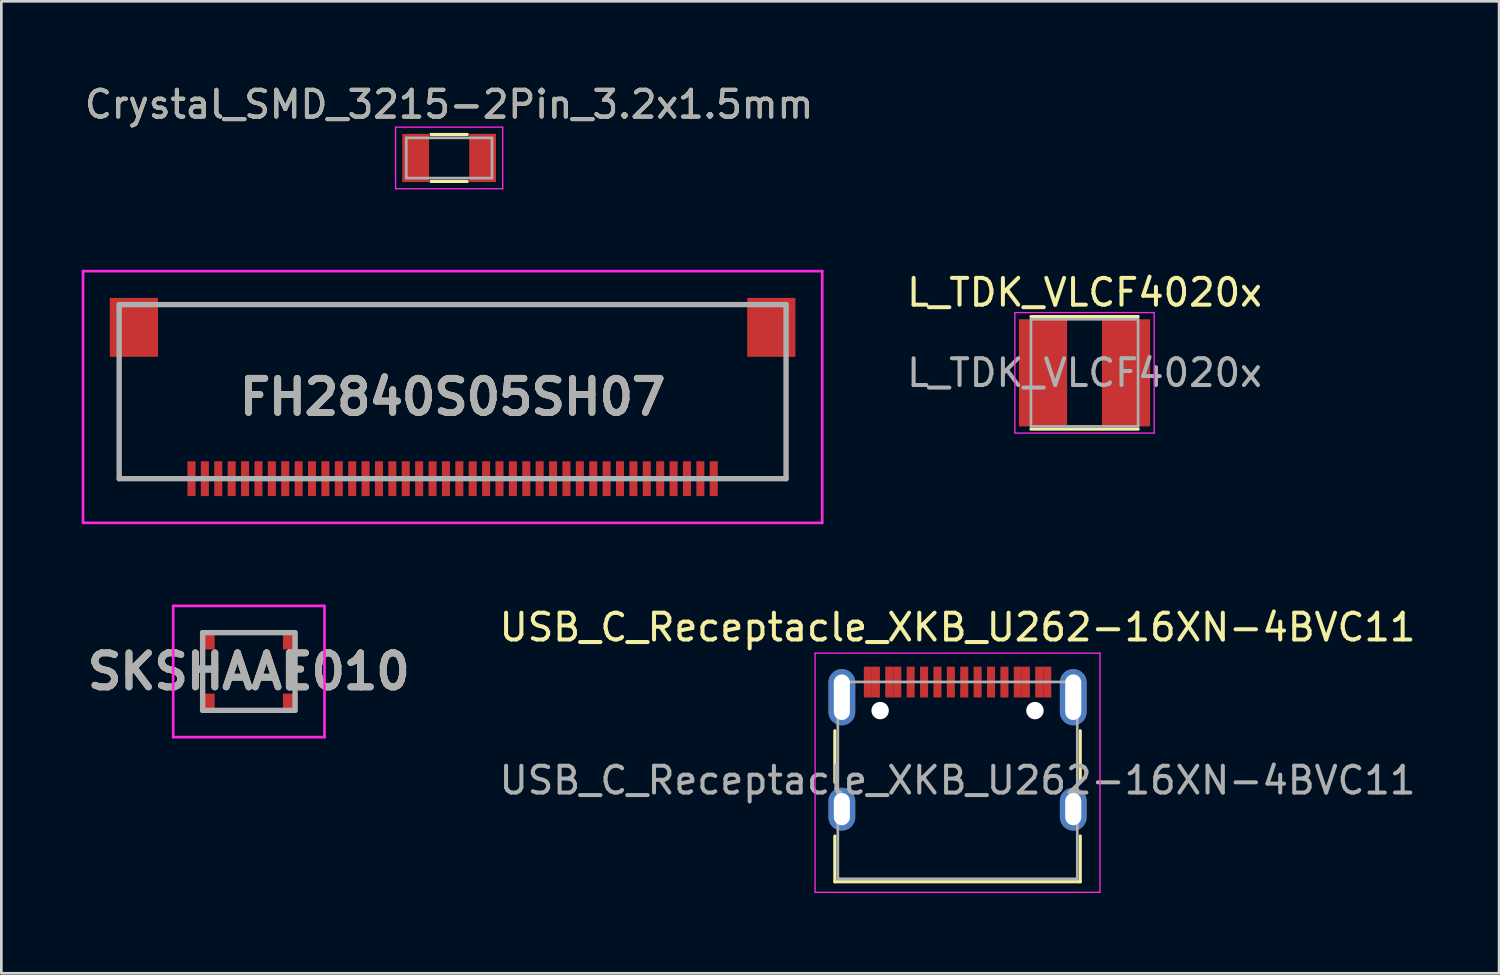
<source format=kicad_pcb>
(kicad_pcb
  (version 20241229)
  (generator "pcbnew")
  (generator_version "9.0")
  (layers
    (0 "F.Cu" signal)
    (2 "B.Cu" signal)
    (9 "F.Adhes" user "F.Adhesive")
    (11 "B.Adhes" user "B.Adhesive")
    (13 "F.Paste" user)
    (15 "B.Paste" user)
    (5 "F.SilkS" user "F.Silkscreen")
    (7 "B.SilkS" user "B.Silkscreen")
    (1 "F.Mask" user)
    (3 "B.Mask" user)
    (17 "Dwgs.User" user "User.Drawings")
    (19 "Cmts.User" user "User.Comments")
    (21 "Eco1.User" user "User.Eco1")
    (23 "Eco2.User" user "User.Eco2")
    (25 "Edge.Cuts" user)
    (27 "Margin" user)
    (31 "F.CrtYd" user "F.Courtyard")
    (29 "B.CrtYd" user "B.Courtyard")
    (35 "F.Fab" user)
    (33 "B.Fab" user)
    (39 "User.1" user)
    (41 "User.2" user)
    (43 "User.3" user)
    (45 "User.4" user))
  (footprint "FH2840S05SH07"
    (layer "F.Cu")
    (at 13.85 11.573)
    (property "Reference" "FH2840S05SH07" (at 0 0.2 0) (layer "F.SilkS") (effects (font (size 1.27 1.27) (thickness 0.254))))
    (attr smd)
    (fp_line (start -10.25 -3.25) (end 9.75 -3.25) (stroke (width 0.1) (type solid)) (layer "F.SilkS"))
    (fp_line (start -13.8 -4.5) (end 13.8 -4.5) (stroke (width 0.1) (type solid)) (layer "F.CrtYd"))
    (fp_line (start -13.8 4.9) (end -13.8 -4.5) (stroke (width 0.1) (type solid)) (layer "F.CrtYd"))
    (fp_line (start 13.8 -4.5) (end 13.8 4.9) (stroke (width 0.1) (type solid)) (layer "F.CrtYd"))
    (fp_line (start 13.8 4.9) (end -13.8 4.9) (stroke (width 0.1) (type solid)) (layer "F.CrtYd"))
    (fp_line (start -12.45 -3.25) (end 12.45 -3.25) (stroke (width 0.2) (type solid)) (layer "F.Fab"))
    (fp_line (start -12.45 3.25) (end -12.45 -3.25) (stroke (width 0.2) (type solid)) (layer "F.Fab"))
    (fp_line (start 12.45 -3.25) (end 12.45 3.25) (stroke (width 0.2) (type solid)) (layer "F.Fab"))
    (fp_line (start 12.45 3.25) (end -12.45 3.25) (stroke (width 0.2) (type solid)) (layer "F.Fab"))
    (fp_text user "${REFERENCE}" (at 0 0.2 0) (layer "F.Fab") (effects (font (size 1.27 1.27) (thickness 0.254))))
    (pad "1" smd rect (at 9.75 3.25) (size 0.3 1.3) (layers "F.Cu" "F.Mask" "F.Paste"))
    (pad "2" smd rect (at 9.25 3.25) (size 0.3 1.3) (layers "F.Cu" "F.Mask" "F.Paste"))
    (pad "3" smd rect (at 8.75 3.25) (size 0.3 1.3) (layers "F.Cu" "F.Mask" "F.Paste"))
    (pad "4" smd rect (at 8.25 3.25) (size 0.3 1.3) (layers "F.Cu" "F.Mask" "F.Paste"))
    (pad "5" smd rect (at 7.75 3.25) (size 0.3 1.3) (layers "F.Cu" "F.Mask" "F.Paste"))
    (pad "6" smd rect (at 7.25 3.25) (size 0.3 1.3) (layers "F.Cu" "F.Mask" "F.Paste"))
    (pad "7" smd rect (at 6.75 3.25) (size 0.3 1.3) (layers "F.Cu" "F.Mask" "F.Paste"))
    (pad "8" smd rect (at 6.25 3.25) (size 0.3 1.3) (layers "F.Cu" "F.Mask" "F.Paste"))
    (pad "9" smd rect (at 5.75 3.25) (size 0.3 1.3) (layers "F.Cu" "F.Mask" "F.Paste"))
    (pad "10" smd rect (at 5.25 3.25) (size 0.3 1.3) (layers "F.Cu" "F.Mask" "F.Paste"))
    (pad "11" smd rect (at 4.75 3.25) (size 0.3 1.3) (layers "F.Cu" "F.Mask" "F.Paste"))
    (pad "12" smd rect (at 4.25 3.25) (size 0.3 1.3) (layers "F.Cu" "F.Mask" "F.Paste"))
    (pad "13" smd rect (at 3.75 3.25) (size 0.3 1.3) (layers "F.Cu" "F.Mask" "F.Paste"))
    (pad "14" smd rect (at 3.25 3.25) (size 0.3 1.3) (layers "F.Cu" "F.Mask" "F.Paste"))
    (pad "15" smd rect (at 2.75 3.25) (size 0.3 1.3) (layers "F.Cu" "F.Mask" "F.Paste"))
    (pad "16" smd rect (at 2.25 3.25) (size 0.3 1.3) (layers "F.Cu" "F.Mask" "F.Paste"))
    (pad "17" smd rect (at 1.75 3.25) (size 0.3 1.3) (layers "F.Cu" "F.Mask" "F.Paste"))
    (pad "18" smd rect (at 1.25 3.25) (size 0.3 1.3) (layers "F.Cu" "F.Mask" "F.Paste"))
    (pad "19" smd rect (at 0.75 3.25) (size 0.3 1.3) (layers "F.Cu" "F.Mask" "F.Paste"))
    (pad "20" smd rect (at 0.25 3.25) (size 0.3 1.3) (layers "F.Cu" "F.Mask" "F.Paste"))
    (pad "21" smd rect (at -0.25 3.25) (size 0.3 1.3) (layers "F.Cu" "F.Mask" "F.Paste"))
    (pad "22" smd rect (at -0.75 3.25) (size 0.3 1.3) (layers "F.Cu" "F.Mask" "F.Paste"))
    (pad "23" smd rect (at -1.25 3.25) (size 0.3 1.3) (layers "F.Cu" "F.Mask" "F.Paste"))
    (pad "24" smd rect (at -1.75 3.25) (size 0.3 1.3) (layers "F.Cu" "F.Mask" "F.Paste"))
    (pad "25" smd rect (at -2.25 3.25) (size 0.3 1.3) (layers "F.Cu" "F.Mask" "F.Paste"))
    (pad "26" smd rect (at -2.75 3.25) (size 0.3 1.3) (layers "F.Cu" "F.Mask" "F.Paste"))
    (pad "27" smd rect (at -3.25 3.25) (size 0.3 1.3) (layers "F.Cu" "F.Mask" "F.Paste"))
    (pad "28" smd rect (at -3.75 3.25) (size 0.3 1.3) (layers "F.Cu" "F.Mask" "F.Paste"))
    (pad "29" smd rect (at -4.25 3.25) (size 0.3 1.3) (layers "F.Cu" "F.Mask" "F.Paste"))
    (pad "30" smd rect (at -4.75 3.25) (size 0.3 1.3) (layers "F.Cu" "F.Mask" "F.Paste"))
    (pad "31" smd rect (at -5.25 3.25) (size 0.3 1.3) (layers "F.Cu" "F.Mask" "F.Paste"))
    (pad "32" smd rect (at -5.75 3.25) (size 0.3 1.3) (layers "F.Cu" "F.Mask" "F.Paste"))
    (pad "33" smd rect (at -6.25 3.25) (size 0.3 1.3) (layers "F.Cu" "F.Mask" "F.Paste"))
    (pad "34" smd rect (at -6.75 3.25) (size 0.3 1.3) (layers "F.Cu" "F.Mask" "F.Paste"))
    (pad "35" smd rect (at -7.25 3.25) (size 0.3 1.3) (layers "F.Cu" "F.Mask" "F.Paste"))
    (pad "36" smd rect (at -7.75 3.25) (size 0.3 1.3) (layers "F.Cu" "F.Mask" "F.Paste"))
    (pad "37" smd rect (at -8.25 3.25) (size 0.3 1.3) (layers "F.Cu" "F.Mask" "F.Paste"))
    (pad "38" smd rect (at -8.75 3.25) (size 0.3 1.3) (layers "F.Cu" "F.Mask" "F.Paste"))
    (pad "39" smd rect (at -9.25 3.25) (size 0.3 1.3) (layers "F.Cu" "F.Mask" "F.Paste"))
    (pad "40" smd rect (at -9.75 3.25) (size 0.3 1.3) (layers "F.Cu" "F.Mask" "F.Paste"))
    (pad "MP1" smd rect (at -11.9 -2.4) (size 1.8 2.2) (layers "F.Cu" "F.Mask" "F.Paste"))
    (pad "MP2" smd rect (at 11.9 -2.4) (size 1.8 2.2) (layers "F.Cu" "F.Mask" "F.Paste")))
  (footprint "Crystal_SMD_3215-2Pin_3.2x1.5mm"
    (layer "F.Cu")
    (at 13.72 2.848)
    (property "Reference" "Crystal_SMD_3215-2Pin_3.2x1.5mm" (at 0 -2 0) (layer "F.SilkS") (effects (font (size 1 1) (thickness 0.15))))
    (attr smd)
    (fp_line (start -0.675 -0.875) (end 0.675 -0.875) (stroke (width 0.12) (type solid)) (layer "F.SilkS"))
    (fp_line (start -0.675 0.875) (end 0.675 0.875) (stroke (width 0.12) (type solid)) (layer "F.SilkS"))
    (fp_line (start -2 -1.15) (end -2 1.15) (stroke (width 0.05) (type solid)) (layer "F.CrtYd"))
    (fp_line (start -2 -1.15) (end 2 -1.15) (stroke (width 0.05) (type solid)) (layer "F.CrtYd"))
    (fp_line (start -2 1.15) (end 2 1.15) (stroke (width 0.05) (type solid)) (layer "F.CrtYd"))
    (fp_line (start 2 -1.15) (end 2 1.15) (stroke (width 0.05) (type solid)) (layer "F.CrtYd"))
    (fp_line (start -1.6 -0.75) (end -1.6 0.75) (stroke (width 0.1) (type solid)) (layer "F.Fab"))
    (fp_line (start -1.6 -0.75) (end 1.6 -0.75) (stroke (width 0.1) (type solid)) (layer "F.Fab"))
    (fp_line (start -1.6 0.75) (end 1.6 0.75) (stroke (width 0.1) (type solid)) (layer "F.Fab"))
    (fp_line (start 1.6 -0.75) (end 1.6 0.75) (stroke (width 0.1) (type solid)) (layer "F.Fab"))
    (fp_text user "${REFERENCE}" (at 0 -2 0) (layer "F.Fab") (effects (font (size 1 1) (thickness 0.15))))
    (pad "1" smd rect (at 1.25 0) (size 1 1.8) (layers "F.Cu" "F.Mask" "F.Paste"))
    (pad "2" smd rect (at -1.25 0) (size 1 1.8) (layers "F.Cu" "F.Mask" "F.Paste")))
  (footprint "L_TDK_VLCF4020x"
    (layer "F.Cu")
    (at 37.444 10.871)
    (property "Reference" "L_TDK_VLCF4020x" (at 0 -3 0) (layer "F.SilkS") (effects (font (size 1 1) (thickness 0.15))))
    (attr smd)
    (fp_line (start -2 -2.1) (end 2 -2.1) (stroke (width 0.12) (type solid)) (layer "F.SilkS"))
    (fp_line (start -2 2.1) (end 2 2.1) (stroke (width 0.12) (type solid)) (layer "F.SilkS"))
    (fp_line (start -2.6 -2.25) (end -2.6 2.25) (stroke (width 0.05) (type solid)) (layer "F.CrtYd"))
    (fp_line (start -2.6 2.25) (end 2.6 2.25) (stroke (width 0.05) (type solid)) (layer "F.CrtYd"))
    (fp_line (start 2.6 -2.25) (end -2.6 -2.25) (stroke (width 0.05) (type solid)) (layer "F.CrtYd"))
    (fp_line (start 2.6 2.25) (end 2.6 -2.25) (stroke (width 0.05) (type solid)) (layer "F.CrtYd"))
    (fp_line (start -2 -2) (end -2 2) (stroke (width 0.1) (type solid)) (layer "F.Fab"))
    (fp_line (start -2 2) (end 2 2) (stroke (width 0.1) (type solid)) (layer "F.Fab"))
    (fp_line (start 2 -2) (end -2 -2) (stroke (width 0.1) (type solid)) (layer "F.Fab"))
    (fp_line (start 2 2) (end 2 -2) (stroke (width 0.1) (type solid)) (layer "F.Fab"))
    (fp_text user "${REFERENCE}" (at 0 0 0) (layer "F.Fab") (effects (font (size 1 1) (thickness 0.15))))
    (pad "1" smd rect (at -1.55 0) (size 1.8 4) (layers "F.Cu" "F.Mask" "F.Paste"))
    (pad "2" smd rect (at 1.55 0) (size 1.8 4) (layers "F.Cu" "F.Mask" "F.Paste")))
  (footprint "SKSHAAE010"
    (layer "F.Cu")
    (at 6.241 22.023)
    (property "Reference" "SKSHAAE010" (at 0 0 0) (layer "F.SilkS") (effects (font (size 1.27 1.27) (thickness 0.254))))
    (attr smd)
    (fp_line (start -1.725 -1.45) (end 1.725 -1.45) (stroke (width 0.1) (type solid)) (layer "F.SilkS"))
    (fp_line (start -1.725 -0.5) (end -1.725 0.5) (stroke (width 0.1) (type solid)) (layer "F.SilkS"))
    (fp_line (start -1.725 1.45) (end 1.725 1.45) (stroke (width 0.1) (type solid)) (layer "F.SilkS"))
    (fp_line (start 1.725 -0.5) (end 1.725 0.5) (stroke (width 0.1) (type solid)) (layer "F.SilkS"))
    (fp_line (start -2.825 -2.45) (end 2.825 -2.45) (stroke (width 0.1) (type solid)) (layer "F.CrtYd"))
    (fp_line (start -2.825 2.45) (end -2.825 -2.45) (stroke (width 0.1) (type solid)) (layer "F.CrtYd"))
    (fp_line (start 2.825 -2.45) (end 2.825 2.45) (stroke (width 0.1) (type solid)) (layer "F.CrtYd"))
    (fp_line (start 2.825 2.45) (end -2.825 2.45) (stroke (width 0.1) (type solid)) (layer "F.CrtYd"))
    (fp_line (start -1.725 -1.45) (end 1.725 -1.45) (stroke (width 0.2) (type solid)) (layer "F.Fab"))
    (fp_line (start -1.725 1.45) (end -1.725 -1.45) (stroke (width 0.2) (type solid)) (layer "F.Fab"))
    (fp_line (start 1.725 -1.45) (end 1.725 1.45) (stroke (width 0.2) (type solid)) (layer "F.Fab"))
    (fp_line (start 1.725 1.45) (end -1.725 1.45) (stroke (width 0.2) (type solid)) (layer "F.Fab"))
    (fp_text user "${REFERENCE}" (at 0 0 0) (layer "F.Fab") (effects (font (size 1.27 1.27) (thickness 0.254))))
    (pad "1" smd rect (at -1.55 -1.1 90) (size 0.55 0.55) (layers "F.Cu" "F.Mask" "F.Paste"))
    (pad "2" smd rect (at -1.55 1.1 90) (size 0.55 0.55) (layers "F.Cu" "F.Mask" "F.Paste"))
    (pad "3" smd rect (at 1.55 1.1 90) (size 0.55 0.55) (layers "F.Cu" "F.Mask" "F.Paste"))
    (pad "4" smd rect (at 1.55 -1.1 90) (size 0.55 0.55) (layers "F.Cu" "F.Mask" "F.Paste")))
  (footprint "USB_C_Receptacle_XKB_U262-16XN-4BVC11"
    (layer "F.Cu")
    (at 32.703 26.087)
    (property "Reference" "USB_C_Receptacle_XKB_U262-16XN-4BVC11" (at 0 -5.715 0) (layer "F.SilkS") (effects (font (size 1 1) (thickness 0.15))))
    (attr smd)
    (fp_line (start -4.58 -1.85) (end -4.58 0.07) (stroke (width 0.12) (type solid)) (layer "F.SilkS"))
    (fp_line (start -4.58 3.785) (end -4.58 2.08) (stroke (width 0.12) (type solid)) (layer "F.SilkS"))
    (fp_line (start 4.58 0.07) (end 4.58 -1.85) (stroke (width 0.12) (type solid)) (layer "F.SilkS"))
    (fp_line (start 4.58 2.08) (end 4.58 3.785) (stroke (width 0.12) (type solid)) (layer "F.SilkS"))
    (fp_line (start 4.58 3.785) (end -4.58 3.785) (stroke (width 0.12) (type solid)) (layer "F.SilkS"))
    (fp_line (start -5.32 -4.75) (end 5.32 -4.75) (stroke (width 0.05) (type solid)) (layer "F.CrtYd"))
    (fp_line (start -5.32 4.18) (end -5.32 -4.75) (stroke (width 0.05) (type solid)) (layer "F.CrtYd"))
    (fp_line (start 5.32 -4.75) (end 5.32 4.18) (stroke (width 0.05) (type solid)) (layer "F.CrtYd"))
    (fp_line (start 5.32 4.18) (end -5.32 4.18) (stroke (width 0.05) (type solid)) (layer "F.CrtYd"))
    (fp_line (start -4.47 -3.675) (end -4.47 3.675) (stroke (width 0.1) (type solid)) (layer "F.Fab"))
    (fp_line (start -4.47 -3.675) (end 4.47 -3.675) (stroke (width 0.1) (type solid)) (layer "F.Fab"))
    (fp_line (start -4.47 3.675) (end 4.47 3.675) (stroke (width 0.1) (type solid)) (layer "F.Fab"))
    (fp_line (start 4.47 3.675) (end 4.47 -3.675) (stroke (width 0.1) (type solid)) (layer "F.Fab"))
    (fp_text user "${REFERENCE}" (at 0 0 0) (layer "F.Fab") (effects (font (size 1 1) (thickness 0.15))))
    (pad "" np_thru_hole circle (at -2.89 -2.605) (size 0.65 0.65) (drill 0.65) (layers "*.Cu" "*.Mask"))
    (pad "" np_thru_hole circle (at 2.89 -2.605) (size 0.65 0.65) (drill 0.65) (layers "*.Cu" "*.Mask"))
    (pad "A1" smd rect (at -3.35 -3.67) (size 0.3 1.15) (layers "F.Cu" "F.Mask" "F.Paste"))
    (pad "A4" smd rect (at -2.55 -3.67) (size 0.3 1.15) (layers "F.Cu" "F.Mask" "F.Paste"))
    (pad "A5" smd rect (at -1.25 -3.67) (size 0.3 1.15) (layers "F.Cu" "F.Mask" "F.Paste"))
    (pad "A6" smd rect (at -0.25 -3.67) (size 0.3 1.15) (layers "F.Cu" "F.Mask" "F.Paste"))
    (pad "A7" smd rect (at 0.25 -3.67) (size 0.3 1.15) (layers "F.Cu" "F.Mask" "F.Paste"))
    (pad "A8" smd rect (at 1.25 -3.67) (size 0.3 1.15) (layers "F.Cu" "F.Mask" "F.Paste"))
    (pad "A9" smd rect (at 2.55 -3.67) (size 0.3 1.15) (layers "F.Cu" "F.Mask" "F.Paste"))
    (pad "A12" smd rect (at 3.35 -3.67) (size 0.3 1.15) (layers "F.Cu" "F.Mask" "F.Paste"))
    (pad "B1" smd rect (at 3.05 -3.67) (size 0.3 1.15) (layers "F.Cu" "F.Mask" "F.Paste"))
    (pad "B4" smd rect (at 2.25 -3.67) (size 0.3 1.15) (layers "F.Cu" "F.Mask" "F.Paste"))
    (pad "B5" smd rect (at 1.75 -3.67) (size 0.3 1.15) (layers "F.Cu" "F.Mask" "F.Paste"))
    (pad "B6" smd rect (at 0.75 -3.67) (size 0.3 1.15) (layers "F.Cu" "F.Mask" "F.Paste"))
    (pad "B7" smd rect (at -0.75 -3.67) (size 0.3 1.15) (layers "F.Cu" "F.Mask" "F.Paste"))
    (pad "B8" smd rect (at -1.75 -3.67) (size 0.3 1.15) (layers "F.Cu" "F.Mask" "F.Paste"))
    (pad "B9" smd rect (at -2.25 -3.67) (size 0.3 1.15) (layers "F.Cu" "F.Mask" "F.Paste"))
    (pad "B12" smd rect (at -3.05 -3.67) (size 0.3 1.15) (layers "F.Cu" "F.Mask" "F.Paste"))
    (pad "S1" thru_hole oval (at -4.32 -3.105) (size 1 2.1) (drill oval 0.6 1.7) (layers "*.Cu" "*.Mask"))
    (pad "S1" thru_hole oval (at -4.32 1.075) (size 1 1.6) (drill oval 0.6 1.2) (layers "*.Cu" "*.Mask"))
    (pad "S1" thru_hole oval (at 4.32 -3.105) (size 1 2.1) (drill oval 0.6 1.7) (layers "*.Cu" "*.Mask"))
    (pad "S1" thru_hole oval (at 4.32 1.075) (size 1 1.6) (drill oval 0.6 1.2) (layers "*.Cu" "*.Mask")))
  (gr_rect
    (start -3 -3)
    (end 52.923 33.291)
    (stroke (width 0.1) (type default))
    (fill no)
    (layer "Edge.Cuts")))
</source>
